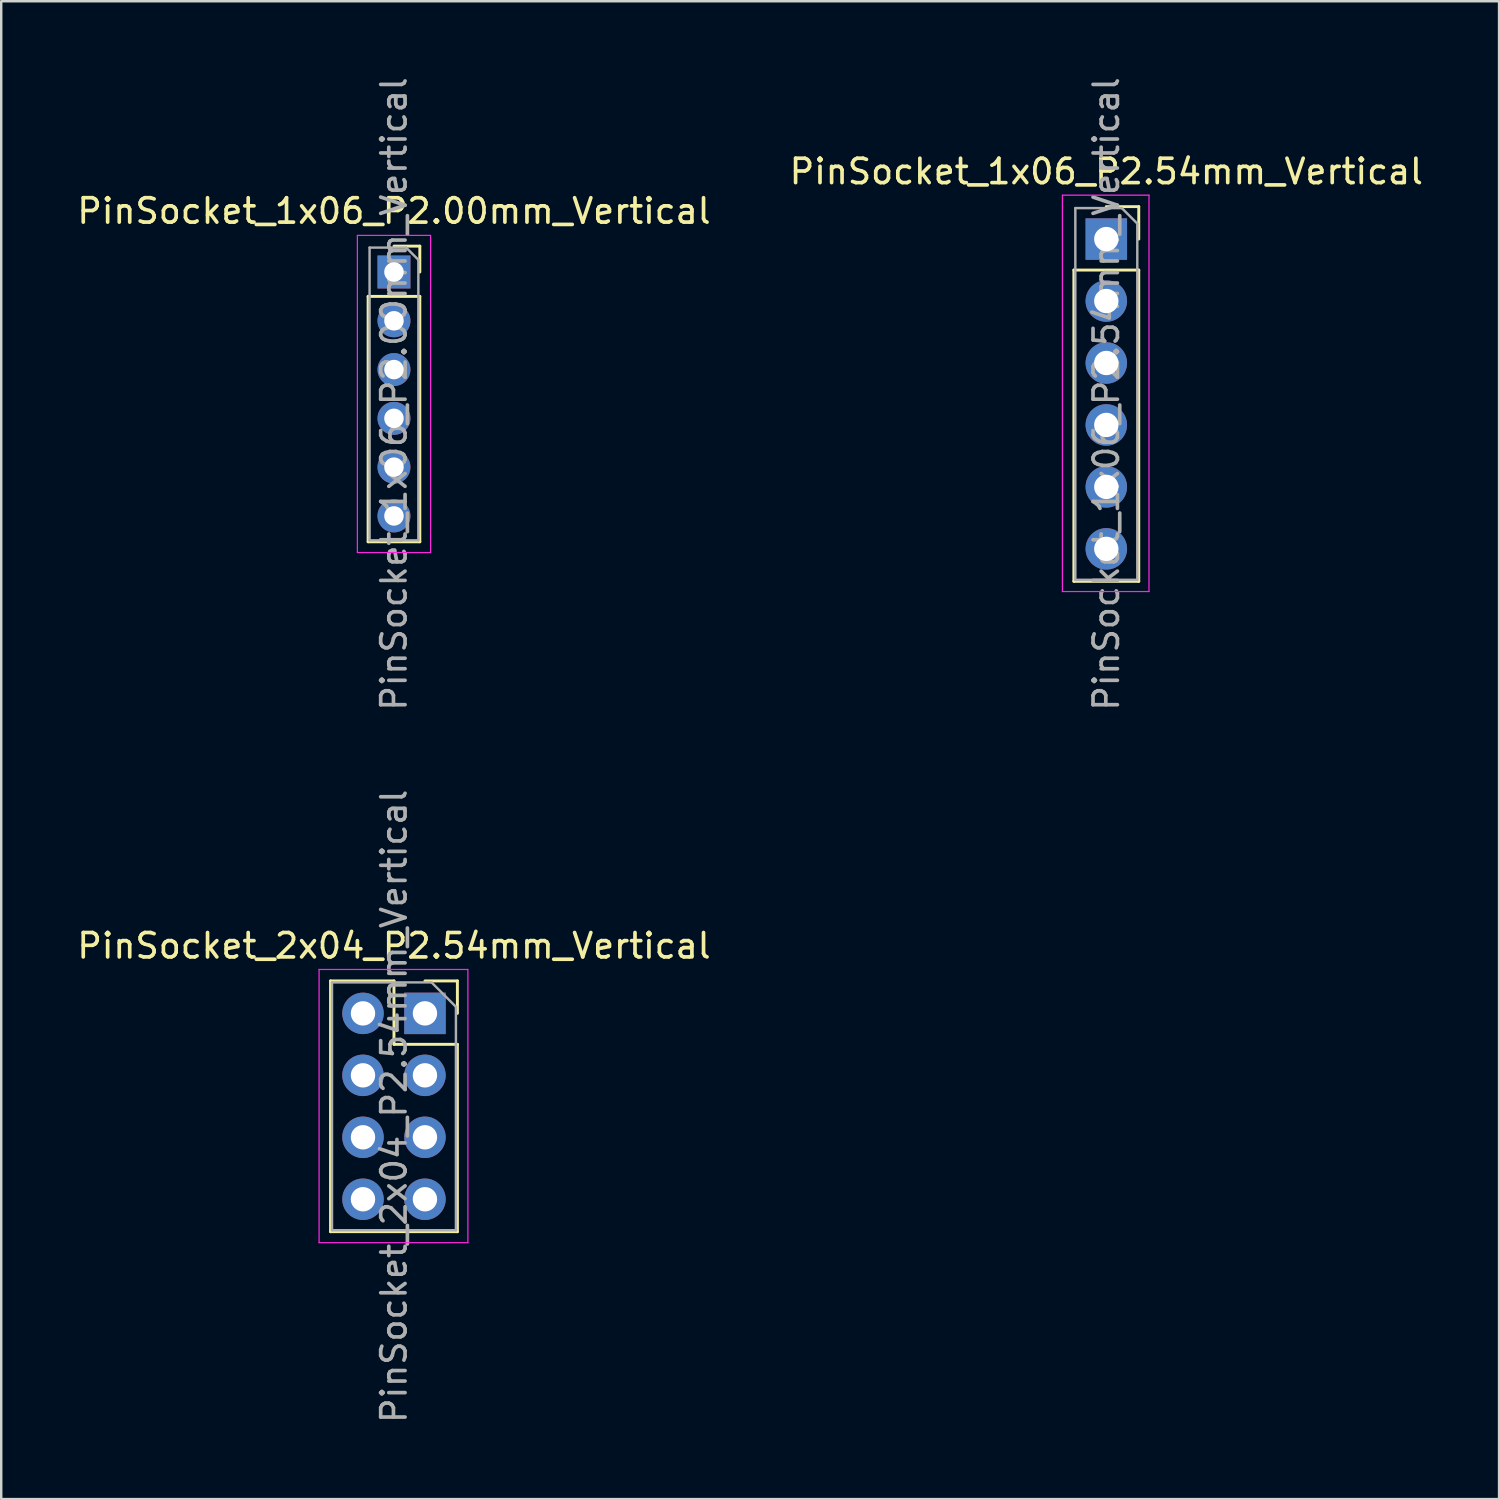
<source format=kicad_pcb>
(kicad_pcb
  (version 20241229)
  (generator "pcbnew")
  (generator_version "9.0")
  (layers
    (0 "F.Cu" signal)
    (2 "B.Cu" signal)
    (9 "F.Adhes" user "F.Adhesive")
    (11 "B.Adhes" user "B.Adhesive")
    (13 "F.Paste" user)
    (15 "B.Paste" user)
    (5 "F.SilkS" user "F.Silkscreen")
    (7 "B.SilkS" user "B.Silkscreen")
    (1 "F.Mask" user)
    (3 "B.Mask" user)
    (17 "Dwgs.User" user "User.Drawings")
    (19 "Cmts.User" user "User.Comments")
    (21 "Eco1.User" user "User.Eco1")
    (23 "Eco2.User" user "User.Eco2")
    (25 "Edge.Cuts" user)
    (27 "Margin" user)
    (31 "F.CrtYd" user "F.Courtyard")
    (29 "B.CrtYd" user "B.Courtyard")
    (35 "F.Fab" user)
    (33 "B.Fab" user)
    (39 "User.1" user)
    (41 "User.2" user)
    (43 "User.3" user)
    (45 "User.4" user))
  (footprint "PinSocket_2x04_P2.54mm_Vertical"
    (layer "F.Cu")
    (at 13.101 42.304)
    (property "Reference" "PinSocket_2x04_P2.54mm_Vertical" (at 0 -6.58 0) (layer "F.SilkS") (effects (font (size 1 1) (thickness 0.15))))
    (attr through_hole)
    (fp_line (start -2.6 -5.14) (end -2.6 5.14) (stroke (width 0.12) (type solid)) (layer "F.SilkS"))
    (fp_line (start -2.6 -5.14) (end 0 -5.14) (stroke (width 0.12) (type solid)) (layer "F.SilkS"))
    (fp_line (start -2.6 5.14) (end 2.6 5.14) (stroke (width 0.12) (type solid)) (layer "F.SilkS"))
    (fp_line (start 0 -5.14) (end 0 -2.54) (stroke (width 0.12) (type solid)) (layer "F.SilkS"))
    (fp_line (start 0 -2.54) (end 2.6 -2.54) (stroke (width 0.12) (type solid)) (layer "F.SilkS"))
    (fp_line (start 1.27 -5.14) (end 2.6 -5.14) (stroke (width 0.12) (type solid)) (layer "F.SilkS"))
    (fp_line (start 2.6 -5.14) (end 2.6 -3.81) (stroke (width 0.12) (type solid)) (layer "F.SilkS"))
    (fp_line (start 2.6 -2.54) (end 2.6 5.14) (stroke (width 0.12) (type solid)) (layer "F.SilkS"))
    (fp_line (start -3.07 -5.61) (end 3.03 -5.61) (stroke (width 0.05) (type solid)) (layer "F.CrtYd"))
    (fp_line (start -3.07 5.59) (end -3.07 -5.61) (stroke (width 0.05) (type solid)) (layer "F.CrtYd"))
    (fp_line (start 3.03 -5.61) (end 3.03 5.59) (stroke (width 0.05) (type solid)) (layer "F.CrtYd"))
    (fp_line (start 3.03 5.59) (end -3.07 5.59) (stroke (width 0.05) (type solid)) (layer "F.CrtYd"))
    (fp_line (start -2.54 -5.08) (end 1.54 -5.08) (stroke (width 0.1) (type solid)) (layer "F.Fab"))
    (fp_line (start -2.54 5.08) (end -2.54 -5.08) (stroke (width 0.1) (type solid)) (layer "F.Fab"))
    (fp_line (start 1.54 -5.08) (end 2.54 -4.08) (stroke (width 0.1) (type solid)) (layer "F.Fab"))
    (fp_line (start 2.54 -4.08) (end 2.54 5.08) (stroke (width 0.1) (type solid)) (layer "F.Fab"))
    (fp_line (start 2.54 5.08) (end -2.54 5.08) (stroke (width 0.1) (type solid)) (layer "F.Fab"))
    (fp_text user "${REFERENCE}" (at 0 0 90) (layer "F.Fab") (effects (font (size 1 1) (thickness 0.15))))
    (pad "1" thru_hole rect (at 1.27 -3.81) (size 1.7 1.7) (drill 1) (layers "*.Cu" "*.Mask"))
    (pad "2" thru_hole oval (at -1.27 -3.81) (size 1.7 1.7) (drill 1) (layers "*.Cu" "*.Mask"))
    (pad "3" thru_hole oval (at 1.27 -1.27) (size 1.7 1.7) (drill 1) (layers "*.Cu" "*.Mask"))
    (pad "4" thru_hole oval (at -1.27 -1.27) (size 1.7 1.7) (drill 1) (layers "*.Cu" "*.Mask"))
    (pad "5" thru_hole oval (at 1.27 1.27) (size 1.7 1.7) (drill 1) (layers "*.Cu" "*.Mask"))
    (pad "6" thru_hole oval (at -1.27 1.27) (size 1.7 1.7) (drill 1) (layers "*.Cu" "*.Mask"))
    (pad "7" thru_hole oval (at 1.27 3.81) (size 1.7 1.7) (drill 1) (layers "*.Cu" "*.Mask"))
    (pad "8" thru_hole oval (at -1.27 3.81) (size 1.7 1.7) (drill 1) (layers "*.Cu" "*.Mask")))
  (footprint "PinSocket_1x06_P2.54mm_Vertical"
    (layer "F.Cu")
    (at 42.304 13.101)
    (property "Reference" "PinSocket_1x06_P2.54mm_Vertical" (at 0 -9.12 0) (layer "F.SilkS") (effects (font (size 1 1) (thickness 0.15))))
    (attr through_hole)
    (fp_line (start -1.33 -5.08) (end -1.33 7.68) (stroke (width 0.12) (type solid)) (layer "F.SilkS"))
    (fp_line (start -1.33 -5.08) (end 1.33 -5.08) (stroke (width 0.12) (type solid)) (layer "F.SilkS"))
    (fp_line (start -1.33 7.68) (end 1.33 7.68) (stroke (width 0.12) (type solid)) (layer "F.SilkS"))
    (fp_line (start 0 -7.68) (end 1.33 -7.68) (stroke (width 0.12) (type solid)) (layer "F.SilkS"))
    (fp_line (start 1.33 -7.68) (end 1.33 -6.35) (stroke (width 0.12) (type solid)) (layer "F.SilkS"))
    (fp_line (start 1.33 -5.08) (end 1.33 7.68) (stroke (width 0.12) (type solid)) (layer "F.SilkS"))
    (fp_line (start -1.8 -8.15) (end 1.75 -8.15) (stroke (width 0.05) (type solid)) (layer "F.CrtYd"))
    (fp_line (start -1.8 8.1) (end -1.8 -8.15) (stroke (width 0.05) (type solid)) (layer "F.CrtYd"))
    (fp_line (start 1.75 -8.15) (end 1.75 8.1) (stroke (width 0.05) (type solid)) (layer "F.CrtYd"))
    (fp_line (start 1.75 8.1) (end -1.8 8.1) (stroke (width 0.05) (type solid)) (layer "F.CrtYd"))
    (fp_line (start -1.27 -7.62) (end 0.635 -7.62) (stroke (width 0.1) (type solid)) (layer "F.Fab"))
    (fp_line (start -1.27 7.62) (end -1.27 -7.62) (stroke (width 0.1) (type solid)) (layer "F.Fab"))
    (fp_line (start 0.635 -7.62) (end 1.27 -6.985) (stroke (width 0.1) (type solid)) (layer "F.Fab"))
    (fp_line (start 1.27 -6.985) (end 1.27 7.62) (stroke (width 0.1) (type solid)) (layer "F.Fab"))
    (fp_line (start 1.27 7.62) (end -1.27 7.62) (stroke (width 0.1) (type solid)) (layer "F.Fab"))
    (fp_text user "${REFERENCE}" (at 0 0 90) (layer "F.Fab") (effects (font (size 1 1) (thickness 0.15))))
    (pad "1" thru_hole rect (at 0 -6.35) (size 1.7 1.7) (drill 1) (layers "*.Cu" "*.Mask"))
    (pad "2" thru_hole oval (at 0 -3.81) (size 1.7 1.7) (drill 1) (layers "*.Cu" "*.Mask"))
    (pad "3" thru_hole oval (at 0 -1.27) (size 1.7 1.7) (drill 1) (layers "*.Cu" "*.Mask"))
    (pad "4" thru_hole oval (at 0 1.27) (size 1.7 1.7) (drill 1) (layers "*.Cu" "*.Mask"))
    (pad "5" thru_hole oval (at 0 3.81) (size 1.7 1.7) (drill 1) (layers "*.Cu" "*.Mask"))
    (pad "6" thru_hole oval (at 0 6.35) (size 1.7 1.7) (drill 1) (layers "*.Cu" "*.Mask")))
  (footprint "PinSocket_1x06_P2.00mm_Vertical"
    (layer "F.Cu")
    (at 13.101 13.101)
    (property "Reference" "PinSocket_1x06_P2.00mm_Vertical" (at 0 -7.5 0) (layer "F.SilkS") (effects (font (size 1 1) (thickness 0.15))))
    (attr through_hole)
    (fp_line (start -1.06 -4) (end -1.06 6.06) (stroke (width 0.12) (type solid)) (layer "F.SilkS"))
    (fp_line (start -1.06 -4) (end 1.06 -4) (stroke (width 0.12) (type solid)) (layer "F.SilkS"))
    (fp_line (start -1.06 6.06) (end 1.06 6.06) (stroke (width 0.12) (type solid)) (layer "F.SilkS"))
    (fp_line (start 0 -6.06) (end 1.06 -6.06) (stroke (width 0.12) (type solid)) (layer "F.SilkS"))
    (fp_line (start 1.06 -6.06) (end 1.06 -5) (stroke (width 0.12) (type solid)) (layer "F.SilkS"))
    (fp_line (start 1.06 -4) (end 1.06 6.06) (stroke (width 0.12) (type solid)) (layer "F.SilkS"))
    (fp_line (start -1.5 -6.5) (end 1.5 -6.5) (stroke (width 0.05) (type solid)) (layer "F.CrtYd"))
    (fp_line (start -1.5 6.5) (end -1.5 -6.5) (stroke (width 0.05) (type solid)) (layer "F.CrtYd"))
    (fp_line (start 1.5 -6.5) (end 1.5 6.5) (stroke (width 0.05) (type solid)) (layer "F.CrtYd"))
    (fp_line (start 1.5 6.5) (end -1.5 6.5) (stroke (width 0.05) (type solid)) (layer "F.CrtYd"))
    (fp_line (start -1 -6) (end 0.5 -6) (stroke (width 0.1) (type solid)) (layer "F.Fab"))
    (fp_line (start -1 6) (end -1 -6) (stroke (width 0.1) (type solid)) (layer "F.Fab"))
    (fp_line (start 0.5 -6) (end 1 -5.5) (stroke (width 0.1) (type solid)) (layer "F.Fab"))
    (fp_line (start 1 -5.5) (end 1 6) (stroke (width 0.1) (type solid)) (layer "F.Fab"))
    (fp_line (start 1 6) (end -1 6) (stroke (width 0.1) (type solid)) (layer "F.Fab"))
    (fp_text user "${REFERENCE}" (at 0 0 90) (layer "F.Fab") (effects (font (size 1 1) (thickness 0.15))))
    (pad "1" thru_hole rect (at 0 -5) (size 1.35 1.35) (drill 0.8) (layers "*.Cu" "*.Mask"))
    (pad "2" thru_hole oval (at 0 -3 45) (size 1.35 1.35) (drill 0.8) (layers "*.Cu" "*.Mask"))
    (pad "3" thru_hole oval (at 0 -1 45) (size 1.35 1.35) (drill 0.8) (layers "*.Cu" "*.Mask"))
    (pad "4" thru_hole oval (at 0 1 45) (size 1.35 1.35) (drill 0.8) (layers "*.Cu" "*.Mask"))
    (pad "5" thru_hole oval (at 0 3 45) (size 1.35 1.35) (drill 0.8) (layers "*.Cu" "*.Mask"))
    (pad "6" thru_hole oval (at 0 5 45) (size 1.35 1.35) (drill 0.8) (layers "*.Cu" "*.Mask")))
  (gr_rect
    (start -3 -3)
    (end 58.405 58.405)
    (stroke (width 0.1) (type default))
    (fill no)
    (layer "Edge.Cuts")))
</source>
